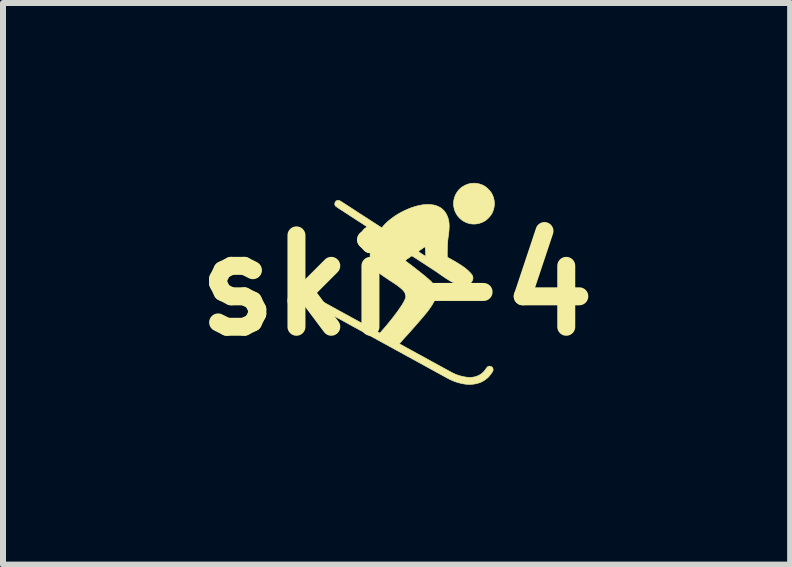
<source format=kicad_pcb>
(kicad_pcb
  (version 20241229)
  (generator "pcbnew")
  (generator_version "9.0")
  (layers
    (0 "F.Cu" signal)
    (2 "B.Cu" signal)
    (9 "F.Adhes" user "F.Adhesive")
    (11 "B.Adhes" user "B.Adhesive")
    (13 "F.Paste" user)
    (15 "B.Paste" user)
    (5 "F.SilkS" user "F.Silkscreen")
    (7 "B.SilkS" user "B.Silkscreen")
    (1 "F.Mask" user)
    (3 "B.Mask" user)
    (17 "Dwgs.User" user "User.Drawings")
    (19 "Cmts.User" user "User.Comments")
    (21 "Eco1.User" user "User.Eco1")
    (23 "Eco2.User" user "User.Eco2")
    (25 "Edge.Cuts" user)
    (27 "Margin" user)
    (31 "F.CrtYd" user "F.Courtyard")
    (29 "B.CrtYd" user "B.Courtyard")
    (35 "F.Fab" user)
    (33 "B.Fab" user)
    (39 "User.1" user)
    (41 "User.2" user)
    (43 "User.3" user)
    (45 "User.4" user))
  (footprint "ski-4"
    (layer "F.Cu")
    (at 3.563 1.71)
    (property "Reference" "ski-4" (at 0 0 0) (layer "F.SilkS") (effects (font (size 1.524 1.524) (thickness 0.3))))
    (attr through_hole)
    (fp_poly (pts (xy 1.333 -1.703) (xy 1.38 -1.693) (xy 1.426 -1.678) (xy 1.467 -1.657) (xy 1.497 -1.636) (xy 1.526 -1.61) (xy 1.553 -1.581) (xy 1.577 -1.55) (xy 1.595 -1.519) (xy 1.596 -1.519) (xy 1.615 -1.472) (xy 1.627 -1.424) (xy 1.632 -1.376) (xy 1.63 -1.327) (xy 1.621 -1.279) (xy 1.605 -1.231) (xy 1.594 -1.206) (xy 1.578 -1.18) (xy 1.558 -1.153) (xy 1.535 -1.127) (xy 1.51 -1.103) (xy 1.485 -1.083) (xy 1.472 -1.075) (xy 1.428 -1.052) (xy 1.382 -1.036) (xy 1.334 -1.026) (xy 1.287 -1.023) (xy 1.24 -1.027) (xy 1.223 -1.03) (xy 1.175 -1.044) (xy 1.13 -1.064) (xy 1.089 -1.09) (xy 1.053 -1.121) (xy 1.021 -1.157) (xy 0.994 -1.198) (xy 0.973 -1.243) (xy 0.966 -1.263) (xy 0.955 -1.309) (xy 0.95 -1.357) (xy 0.953 -1.406) (xy 0.962 -1.453) (xy 0.966 -1.466) (xy 0.984 -1.513) (xy 1.009 -1.555) (xy 1.039 -1.594) (xy 1.075 -1.628) (xy 1.103 -1.648) (xy 1.146 -1.672) (xy 1.191 -1.69) (xy 1.238 -1.701) (xy 1.285 -1.705) (xy 1.333 -1.703)) (stroke (width 0.01) (type solid)) (fill yes) (layer "F.SilkS"))
    (fp_poly (pts (xy -0.961 -1.418) (xy -0.948 -1.414) (xy -0.943 -1.411) (xy -0.932 -1.404) (xy -0.917 -1.394) (xy -0.897 -1.382) (xy -0.875 -1.368) (xy -0.85 -1.351) (xy -0.823 -1.334) (xy -0.816 -1.33) (xy -0.785 -1.309) (xy -0.751 -1.288) (xy -0.717 -1.265) (xy -0.684 -1.244) (xy -0.652 -1.223) (xy -0.625 -1.205) (xy -0.608 -1.194) (xy -0.582 -1.178) (xy -0.552 -1.158) (xy -0.519 -1.137) (xy -0.485 -1.115) (xy -0.452 -1.094) (xy -0.421 -1.073) (xy -0.412 -1.068) (xy -0.385 -1.05) (xy -0.359 -1.034) (xy -0.335 -1.018) (xy -0.313 -1.004) (xy -0.295 -0.992) (xy -0.281 -0.983) (xy -0.274 -0.979) (xy -0.246 -0.96) (xy -0.233 -0.976) (xy -0.19 -1.025) (xy -0.14 -1.072) (xy -0.085 -1.116) (xy -0.025 -1.159) (xy 0.038 -1.198) (xy 0.104 -1.234) (xy 0.172 -1.266) (xy 0.241 -1.294) (xy 0.31 -1.317) (xy 0.378 -1.334) (xy 0.445 -1.346) (xy 0.451 -1.346) (xy 0.482 -1.349) (xy 0.516 -1.35) (xy 0.55 -1.349) (xy 0.584 -1.346) (xy 0.614 -1.342) (xy 0.637 -1.338) (xy 0.683 -1.322) (xy 0.724 -1.302) (xy 0.761 -1.276) (xy 0.793 -1.245) (xy 0.82 -1.208) (xy 0.837 -1.177) (xy 0.853 -1.141) (xy 0.864 -1.105) (xy 0.872 -1.068) (xy 0.877 -1.027) (xy 0.878 -0.982) (xy 0.877 -0.962) (xy 0.876 -0.936) (xy 0.874 -0.908) (xy 0.871 -0.88) (xy 0.868 -0.856) (xy 0.868 -0.854) (xy 0.864 -0.83) (xy 0.861 -0.802) (xy 0.857 -0.774) (xy 0.855 -0.748) (xy 0.854 -0.747) (xy 0.853 -0.728) (xy 0.851 -0.705) (xy 0.85 -0.679) (xy 0.849 -0.651) (xy 0.848 -0.621) (xy 0.847 -0.592) (xy 0.846 -0.564) (xy 0.846 -0.538) (xy 0.846 -0.516) (xy 0.846 -0.498) (xy 0.846 -0.486) (xy 0.847 -0.481) (xy 0.849 -0.474) (xy 0.852 -0.469) (xy 0.859 -0.464) (xy 0.87 -0.458) (xy 0.875 -0.455) (xy 0.909 -0.437) (xy 0.946 -0.416) (xy 0.986 -0.393) (xy 1.027 -0.368) (xy 1.066 -0.343) (xy 1.102 -0.319) (xy 1.134 -0.297) (xy 1.139 -0.293) (xy 1.16 -0.276) (xy 1.183 -0.257) (xy 1.204 -0.237) (xy 1.224 -0.217) (xy 1.242 -0.197) (xy 1.255 -0.18) (xy 1.264 -0.166) (xy 1.265 -0.165) (xy 1.273 -0.141) (xy 1.275 -0.117) (xy 1.269 -0.092) (xy 1.266 -0.083) (xy 1.251 -0.058) (xy 1.232 -0.039) (xy 1.207 -0.023) (xy 1.178 -0.013) (xy 1.164 -0.009) (xy 1.139 -0.005) (xy 1.116 -0.004) (xy 1.091 -0.005) (xy 1.065 -0.009) (xy 1.04 -0.014) (xy 1.016 -0.02) (xy 0.993 -0.027) (xy 0.969 -0.037) (xy 0.944 -0.048) (xy 0.917 -0.062) (xy 0.888 -0.078) (xy 0.856 -0.098) (xy 0.82 -0.121) (xy 0.781 -0.147) (xy 0.736 -0.178) (xy 0.706 -0.199) (xy 0.687 -0.213) (xy 0.668 -0.226) (xy 0.652 -0.237) (xy 0.638 -0.246) (xy 0.631 -0.251) (xy 0.623 -0.256) (xy 0.61 -0.265) (xy 0.593 -0.276) (xy 0.572 -0.289) (xy 0.549 -0.304) (xy 0.524 -0.32) (xy 0.513 -0.327) (xy 0.467 -0.358) (xy 0.426 -0.384) (xy 0.39 -0.407) (xy 0.36 -0.427) (xy 0.334 -0.444) (xy 0.312 -0.458) (xy 0.295 -0.469) (xy 0.281 -0.478) (xy 0.271 -0.484) (xy 0.263 -0.489) (xy 0.259 -0.492) (xy 0.256 -0.493) (xy 0.255 -0.493) (xy 0.252 -0.492) (xy 0.244 -0.486) (xy 0.231 -0.478) (xy 0.216 -0.467) (xy 0.198 -0.455) (xy 0.198 -0.455) (xy 0.177 -0.441) (xy 0.162 -0.43) (xy 0.153 -0.422) (xy 0.147 -0.417) (xy 0.145 -0.413) (xy 0.146 -0.412) (xy 0.15 -0.408) (xy 0.159 -0.401) (xy 0.172 -0.392) (xy 0.189 -0.379) (xy 0.207 -0.365) (xy 0.218 -0.357) (xy 0.253 -0.331) (xy 0.289 -0.303) (xy 0.326 -0.274) (xy 0.363 -0.245) (xy 0.399 -0.216) (xy 0.434 -0.189) (xy 0.466 -0.162) (xy 0.496 -0.137) (xy 0.522 -0.115) (xy 0.545 -0.095) (xy 0.563 -0.079) (xy 0.574 -0.069) (xy 0.606 -0.032) (xy 0.631 0.005) (xy 0.649 0.043) (xy 0.66 0.082) (xy 0.664 0.122) (xy 0.661 0.164) (xy 0.651 0.206) (xy 0.636 0.246) (xy 0.626 0.267) (xy 0.612 0.292) (xy 0.596 0.32) (xy 0.578 0.348) (xy 0.559 0.376) (xy 0.541 0.402) (xy 0.525 0.423) (xy 0.505 0.449) (xy 0.479 0.48) (xy 0.45 0.515) (xy 0.417 0.554) (xy 0.381 0.596) (xy 0.343 0.64) (xy 0.302 0.686) (xy 0.26 0.734) (xy 0.217 0.783) (xy 0.173 0.832) (xy 0.152 0.854) (xy 0.127 0.882) (xy 0.106 0.905) (xy 0.089 0.924) (xy 0.076 0.939) (xy 0.066 0.95) (xy 0.059 0.959) (xy 0.054 0.965) (xy 0.052 0.969) (xy 0.05 0.972) (xy 0.051 0.973) (xy 0.051 0.974) (xy 0.052 0.975) (xy 0.057 0.978) (xy 0.066 0.984) (xy 0.08 0.991) (xy 0.096 1) (xy 0.1 1.002) (xy 0.116 1.011) (xy 0.137 1.022) (xy 0.161 1.036) (xy 0.187 1.05) (xy 0.212 1.063) (xy 0.221 1.069) (xy 0.247 1.083) (xy 0.277 1.099) (xy 0.309 1.117) (xy 0.342 1.135) (xy 0.373 1.152) (xy 0.392 1.162) (xy 0.421 1.178) (xy 0.453 1.195) (xy 0.485 1.213) (xy 0.516 1.23) (xy 0.545 1.246) (xy 0.561 1.255) (xy 0.584 1.268) (xy 0.608 1.281) (xy 0.63 1.293) (xy 0.649 1.303) (xy 0.663 1.311) (xy 0.668 1.313) (xy 0.678 1.319) (xy 0.694 1.328) (xy 0.714 1.339) (xy 0.738 1.352) (xy 0.764 1.366) (xy 0.792 1.382) (xy 0.82 1.397) (xy 0.858 1.418) (xy 0.89 1.435) (xy 0.917 1.45) (xy 0.941 1.462) (xy 0.962 1.472) (xy 0.98 1.48) (xy 0.997 1.487) (xy 1.014 1.493) (xy 1.031 1.499) (xy 1.047 1.504) (xy 1.104 1.519) (xy 1.158 1.529) (xy 1.207 1.534) (xy 1.254 1.533) (xy 1.298 1.526) (xy 1.339 1.514) (xy 1.367 1.502) (xy 1.402 1.483) (xy 1.433 1.459) (xy 1.462 1.43) (xy 1.488 1.395) (xy 1.492 1.389) (xy 1.506 1.37) (xy 1.519 1.357) (xy 1.533 1.349) (xy 1.548 1.347) (xy 1.557 1.347) (xy 1.577 1.352) (xy 1.593 1.362) (xy 1.604 1.377) (xy 1.61 1.394) (xy 1.61 1.414) (xy 1.604 1.432) (xy 1.595 1.447) (xy 1.583 1.465) (xy 1.568 1.485) (xy 1.552 1.505) (xy 1.536 1.524) (xy 1.521 1.539) (xy 1.519 1.541) (xy 1.476 1.575) (xy 1.431 1.603) (xy 1.381 1.624) (xy 1.328 1.639) (xy 1.272 1.648) (xy 1.214 1.651) (xy 1.152 1.647) (xy 1.137 1.645) (xy 1.086 1.636) (xy 1.032 1.622) (xy 0.977 1.605) (xy 0.925 1.584) (xy 0.889 1.567) (xy 0.876 1.561) (xy 0.859 1.552) (xy 0.838 1.541) (xy 0.815 1.528) (xy 0.792 1.516) (xy 0.786 1.512) (xy 0.76 1.498) (xy 0.733 1.483) (xy 0.705 1.468) (xy 0.679 1.454) (xy 0.658 1.442) (xy 0.657 1.441) (xy 0.635 1.43) (xy 0.613 1.417) (xy 0.592 1.406) (xy 0.574 1.396) (xy 0.566 1.392) (xy 0.551 1.383) (xy 0.531 1.372) (xy 0.509 1.36) (xy 0.487 1.348) (xy 0.475 1.342) (xy 0.461 1.334) (xy 0.44 1.322) (xy 0.415 1.308) (xy 0.385 1.292) (xy 0.352 1.274) (xy 0.316 1.254) (xy 0.277 1.233) (xy 0.238 1.211) (xy 0.197 1.189) (xy 0.156 1.167) (xy 0.116 1.145) (xy 0.078 1.123) (xy 0.041 1.103) (xy 0.007 1.085) (xy -0.024 1.068) (xy -0.05 1.053) (xy -0.071 1.042) (xy -0.096 1.028) (xy -0.124 1.013) (xy -0.151 0.998) (xy -0.176 0.984) (xy -0.198 0.973) (xy -0.201 0.971) (xy -0.219 0.961) (xy -0.242 0.948) (xy -0.27 0.933) (xy -0.303 0.915) (xy -0.34 0.894) (xy -0.381 0.872) (xy -0.425 0.848) (xy -0.471 0.823) (xy -0.519 0.796) (xy -0.568 0.769) (xy -0.572 0.767) (xy -0.59 0.757) (xy -0.613 0.745) (xy -0.639 0.73) (xy -0.667 0.715) (xy -0.696 0.699) (xy -0.718 0.687) (xy -0.739 0.676) (xy -0.764 0.662) (xy -0.795 0.645) (xy -0.829 0.626) (xy -0.865 0.606) (xy -0.904 0.585) (xy -0.943 0.563) (xy -0.983 0.542) (xy -1.018 0.523) (xy -1.058 0.501) (xy -1.1 0.477) (xy -1.144 0.454) (xy -1.188 0.429) (xy -1.232 0.405) (xy -1.277 0.381) (xy -1.32 0.357) (xy -1.362 0.334) (xy -1.402 0.312) (xy -1.44 0.291) (xy -1.474 0.272) (xy -1.505 0.255) (xy -1.532 0.24) (xy -1.554 0.228) (xy -1.571 0.219) (xy -1.583 0.213) (xy -1.584 0.212) (xy -1.602 0.201) (xy -1.615 0.191) (xy -1.623 0.181) (xy -1.628 0.172) (xy -1.632 0.156) (xy -1.631 0.14) (xy -1.625 0.125) (xy -1.614 0.108) (xy -1.598 0.098) (xy -1.578 0.093) (xy -1.575 0.093) (xy -1.568 0.093) (xy -1.56 0.095) (xy -1.551 0.098) (xy -1.538 0.104) (xy -1.522 0.113) (xy -1.506 0.121) (xy -1.479 0.136) (xy -1.446 0.154) (xy -1.406 0.176) (xy -1.361 0.201) (xy -1.309 0.229) (xy -1.252 0.26) (xy -1.188 0.295) (xy -1.179 0.3) (xy -1.158 0.312) (xy -1.132 0.326) (xy -1.105 0.341) (xy -1.079 0.355) (xy -1.065 0.363) (xy -1.041 0.376) (xy -1.015 0.39) (xy -0.989 0.405) (xy -0.965 0.418) (xy -0.953 0.425) (xy -0.928 0.438) (xy -0.901 0.453) (xy -0.872 0.469) (xy -0.84 0.487) (xy -0.803 0.506) (xy -0.763 0.529) (xy -0.717 0.554) (xy -0.673 0.578) (xy -0.641 0.595) (xy -0.606 0.615) (xy -0.569 0.635) (xy -0.532 0.655) (xy -0.498 0.674) (xy -0.468 0.69) (xy -0.466 0.691) (xy -0.439 0.706) (xy -0.412 0.721) (xy -0.385 0.736) (xy -0.361 0.749) (xy -0.34 0.761) (xy -0.324 0.769) (xy -0.323 0.77) (xy -0.278 0.795) (xy -0.265 0.781) (xy -0.216 0.725) (xy -0.168 0.669) (xy -0.123 0.614) (xy -0.08 0.561) (xy -0.04 0.509) (xy -0.003 0.46) (xy 0.031 0.414) (xy 0.061 0.37) (xy 0.088 0.33) (xy 0.11 0.294) (xy 0.128 0.261) (xy 0.141 0.233) (xy 0.149 0.214) (xy 0.154 0.189) (xy 0.154 0.166) (xy 0.149 0.142) (xy 0.137 0.119) (xy 0.119 0.094) (xy 0.104 0.077) (xy 0.079 0.053) (xy 0.048 0.027) (xy 0.011 -0.001) (xy -0.031 -0.03) (xy -0.06 -0.049) (xy -0.113 -0.083) (xy -0.16 -0.115) (xy -0.202 -0.143) (xy -0.239 -0.169) (xy -0.271 -0.192) (xy -0.299 -0.214) (xy -0.323 -0.235) (xy -0.344 -0.255) (xy -0.361 -0.274) (xy -0.376 -0.293) (xy -0.389 -0.312) (xy -0.4 -0.332) (xy -0.409 -0.353) (xy -0.418 -0.375) (xy -0.422 -0.388) (xy -0.435 -0.439) (xy -0.441 -0.491) (xy -0.44 -0.545) (xy -0.437 -0.566) (xy 0.363 -0.566) (xy 0.366 -0.564) (xy 0.374 -0.558) (xy 0.385 -0.55) (xy 0.4 -0.54) (xy 0.416 -0.529) (xy 0.432 -0.519) (xy 0.448 -0.508) (xy 0.463 -0.499) (xy 0.474 -0.492) (xy 0.481 -0.487) (xy 0.484 -0.486) (xy 0.485 -0.489) (xy 0.486 -0.496) (xy 0.486 -0.504) (xy 0.486 -0.516) (xy 0.485 -0.533) (xy 0.484 -0.552) (xy 0.482 -0.572) (xy 0.481 -0.592) (xy 0.48 -0.611) (xy 0.479 -0.626) (xy 0.478 -0.638) (xy 0.477 -0.645) (xy 0.477 -0.645) (xy 0.474 -0.644) (xy 0.466 -0.639) (xy 0.454 -0.631) (xy 0.44 -0.622) (xy 0.424 -0.611) (xy 0.409 -0.6) (xy 0.393 -0.589) (xy 0.38 -0.58) (xy 0.37 -0.572) (xy 0.364 -0.568) (xy 0.363 -0.566) (xy -0.437 -0.566) (xy -0.433 -0.595) (xy -0.423 -0.636) (xy -0.408 -0.68) (xy -0.39 -0.726) (xy -0.368 -0.773) (xy -0.344 -0.818) (xy -0.336 -0.832) (xy -0.328 -0.845) (xy -0.321 -0.856) (xy -0.317 -0.863) (xy -0.317 -0.865) (xy -0.32 -0.868) (xy -0.328 -0.873) (xy -0.341 -0.882) (xy -0.359 -0.893) (xy -0.379 -0.906) (xy -0.402 -0.921) (xy -0.417 -0.931) (xy -0.447 -0.95) (xy -0.481 -0.972) (xy -0.517 -0.995) (xy -0.553 -1.019) (xy -0.588 -1.042) (xy -0.62 -1.062) (xy -0.624 -1.065) (xy -0.651 -1.082) (xy -0.677 -1.099) (xy -0.701 -1.115) (xy -0.723 -1.129) (xy -0.742 -1.141) (xy -0.756 -1.15) (xy -0.762 -1.154) (xy -0.807 -1.184) (xy -0.847 -1.209) (xy -0.881 -1.232) (xy -0.91 -1.251) (xy -0.935 -1.267) (xy -0.956 -1.28) (xy -0.973 -1.292) (xy -0.987 -1.301) (xy -0.998 -1.309) (xy -1.006 -1.315) (xy -1.012 -1.319) (xy -1.016 -1.323) (xy -1.02 -1.326) (xy -1.022 -1.329) (xy -1.023 -1.332) (xy -1.025 -1.335) (xy -1.025 -1.336) (xy -1.03 -1.352) (xy -1.029 -1.371) (xy -1.023 -1.388) (xy -1.013 -1.403) (xy -1.006 -1.409) (xy -0.994 -1.415) (xy -0.978 -1.418) (xy -0.961 -1.418)) (stroke (width 0.01) (type solid)) (fill yes) (layer "F.SilkS")))
  (gr_rect
    (start -3 -3)
    (end 10.127 6.366)
    (stroke (width 0.1) (type default))
    (fill no)
    (layer "Edge.Cuts")))
</source>
